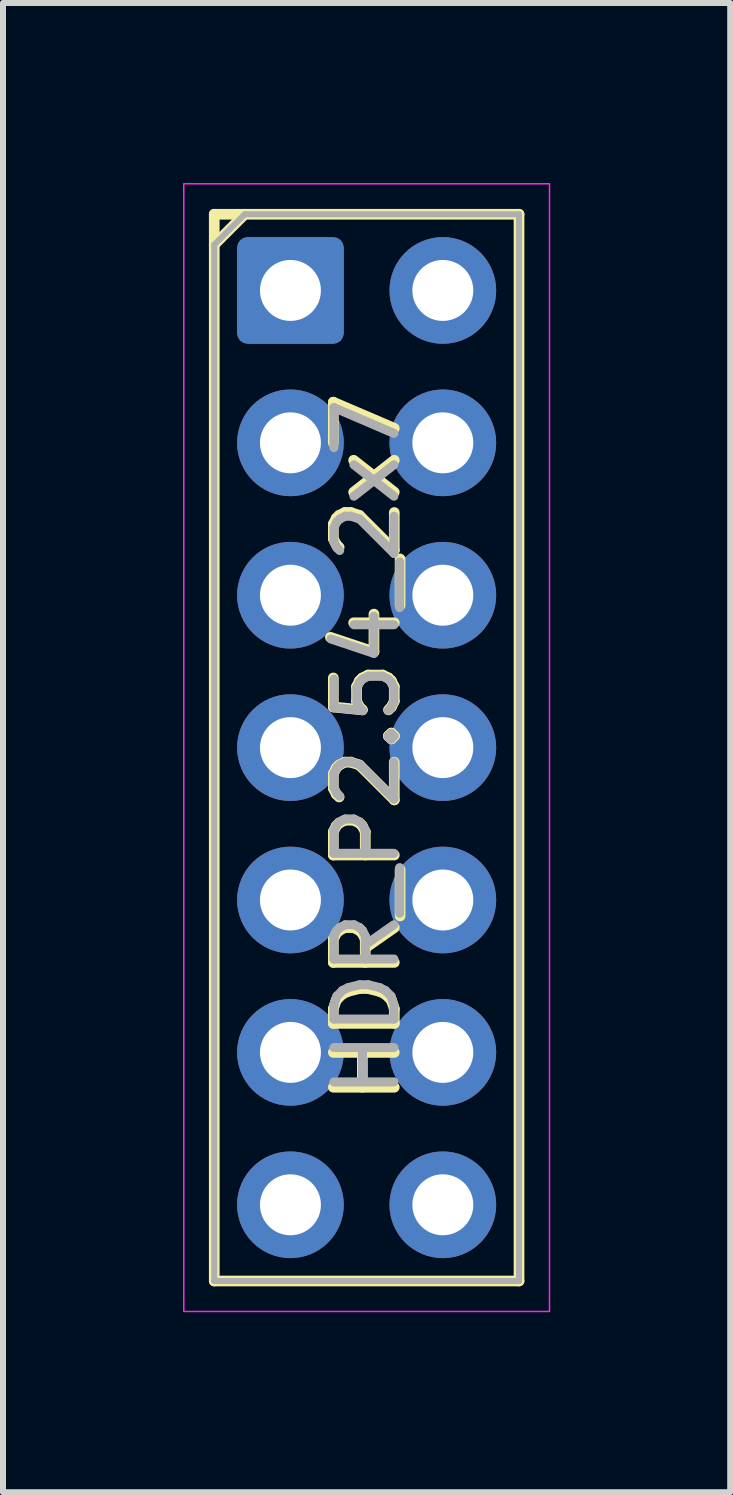
<source format=kicad_pcb>
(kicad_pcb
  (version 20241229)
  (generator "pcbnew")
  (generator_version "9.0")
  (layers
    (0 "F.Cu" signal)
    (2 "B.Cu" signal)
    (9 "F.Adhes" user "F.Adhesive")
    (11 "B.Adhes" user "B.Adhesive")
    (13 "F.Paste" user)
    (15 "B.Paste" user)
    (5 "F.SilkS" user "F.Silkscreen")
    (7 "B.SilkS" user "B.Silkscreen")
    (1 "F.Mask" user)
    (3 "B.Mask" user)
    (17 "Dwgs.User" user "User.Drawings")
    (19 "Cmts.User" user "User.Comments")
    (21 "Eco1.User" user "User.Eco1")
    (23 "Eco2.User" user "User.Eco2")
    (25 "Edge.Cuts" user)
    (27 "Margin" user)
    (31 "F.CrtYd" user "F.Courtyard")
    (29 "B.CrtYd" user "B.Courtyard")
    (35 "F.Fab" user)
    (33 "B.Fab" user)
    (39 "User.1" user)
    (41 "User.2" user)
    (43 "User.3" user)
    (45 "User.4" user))
  (footprint "HDR_P2.54_2x7"
    (layer "F.Cu")
    (at 3.061 9.411)
    (property "Reference" "HDR_P2.54_2x7" (at 0 0 90) (layer "F.SilkS") (effects (font (size 1.016 1.016) (thickness 0.178))))
    (attr through_hole)
    (fp_line (start -2.54 -8.89) (end -2.54 8.89) (stroke (width 0.178) (type solid)) (layer "F.SilkS"))
    (fp_line (start -2.54 -8.89) (end 2.54 -8.89) (stroke (width 0.178) (type solid)) (layer "F.SilkS"))
    (fp_line (start -2.54 -8.382) (end -2.032 -8.89) (stroke (width 0.178) (type solid)) (layer "F.SilkS"))
    (fp_line (start -2.54 8.89) (end 2.54 8.89) (stroke (width 0.178) (type solid)) (layer "F.SilkS"))
    (fp_line (start 2.54 -8.89) (end 2.54 8.89) (stroke (width 0.178) (type solid)) (layer "F.SilkS"))
    (fp_rect (start -3.048 -9.398) (end 3.048 9.398) (stroke (width 0.025) (type solid)) (fill no) (layer "F.CrtYd"))
    (fp_line (start -2.54 -8.382) (end -2.032 -8.89) (stroke (width 0.1) (type solid)) (layer "F.Fab"))
    (fp_line (start -2.54 8.89) (end -2.54 -8.382) (stroke (width 0.1) (type solid)) (layer "F.Fab"))
    (fp_line (start -2.032 -8.89) (end 2.54 -8.89) (stroke (width 0.1) (type solid)) (layer "F.Fab"))
    (fp_line (start 2.54 -8.89) (end 2.54 8.89) (stroke (width 0.1) (type solid)) (layer "F.Fab"))
    (fp_line (start 2.54 8.89) (end -2.54 8.89) (stroke (width 0.1) (type solid)) (layer "F.Fab"))
    (fp_text user "${REFERENCE}" (at 0 0 90) (layer "F.Fab") (effects (font (size 1 1) (thickness 0.15))))
    (pad "1" thru_hole roundrect (at -1.27 -7.62) (size 1.778 1.778) (drill 1.016) (layers "*.Cu" "*.Mask") (roundrect_rratio 0.1))
    (pad "2" thru_hole oval (at 1.27 -7.62) (size 1.778 1.778) (drill 1.016) (layers "*.Cu" "*.Mask"))
    (pad "3" thru_hole oval (at -1.27 -5.08) (size 1.778 1.778) (drill 1.016) (layers "*.Cu" "*.Mask"))
    (pad "4" thru_hole oval (at 1.27 -5.08) (size 1.778 1.778) (drill 1.016) (layers "*.Cu" "*.Mask"))
    (pad "5" thru_hole oval (at -1.27 -2.54) (size 1.778 1.778) (drill 1.016) (layers "*.Cu" "*.Mask"))
    (pad "6" thru_hole oval (at 1.27 -2.54) (size 1.778 1.778) (drill 1.016) (layers "*.Cu" "*.Mask"))
    (pad "7" thru_hole oval (at -1.27 0) (size 1.778 1.778) (drill 1.016) (layers "*.Cu" "*.Mask"))
    (pad "8" thru_hole oval (at 1.27 0) (size 1.778 1.778) (drill 1.016) (layers "*.Cu" "*.Mask"))
    (pad "9" thru_hole oval (at -1.27 2.54) (size 1.778 1.778) (drill 1.016) (layers "*.Cu" "*.Mask"))
    (pad "10" thru_hole oval (at 1.27 2.54) (size 1.778 1.778) (drill 1.016) (layers "*.Cu" "*.Mask"))
    (pad "11" thru_hole oval (at -1.27 5.08) (size 1.778 1.778) (drill 1.016) (layers "*.Cu" "*.Mask"))
    (pad "12" thru_hole oval (at 1.27 5.08) (size 1.778 1.778) (drill 1.016) (layers "*.Cu" "*.Mask"))
    (pad "13" thru_hole oval (at -1.27 7.62) (size 1.778 1.778) (drill 1.016) (layers "*.Cu" "*.Mask"))
    (pad "14" thru_hole oval (at 1.27 7.62) (size 1.778 1.778) (drill 1.016) (layers "*.Cu" "*.Mask")))
  (gr_rect
    (start -3 -3)
    (end 9.121 21.821)
    (stroke (width 0.1) (type default))
    (fill no)
    (layer "Edge.Cuts")))
</source>
